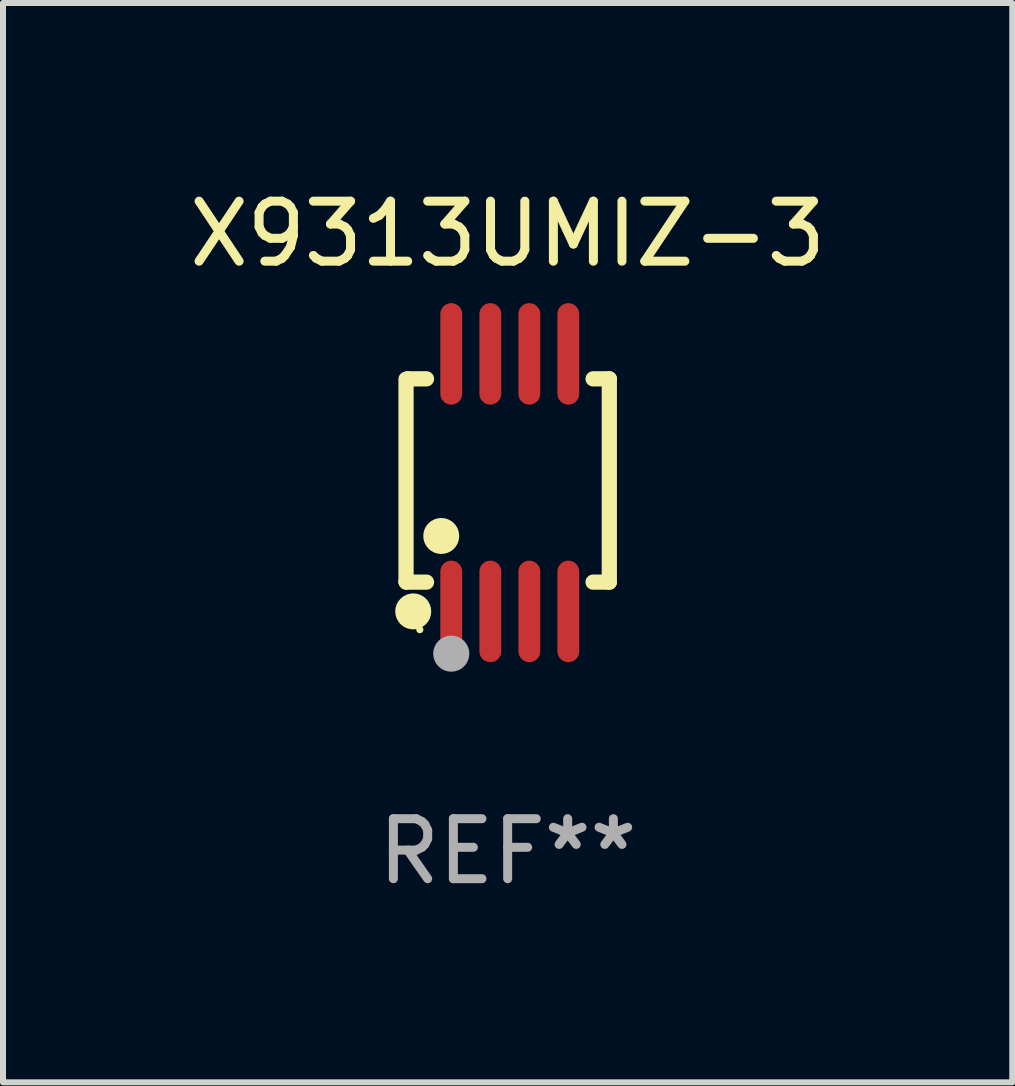
<source format=kicad_pcb>
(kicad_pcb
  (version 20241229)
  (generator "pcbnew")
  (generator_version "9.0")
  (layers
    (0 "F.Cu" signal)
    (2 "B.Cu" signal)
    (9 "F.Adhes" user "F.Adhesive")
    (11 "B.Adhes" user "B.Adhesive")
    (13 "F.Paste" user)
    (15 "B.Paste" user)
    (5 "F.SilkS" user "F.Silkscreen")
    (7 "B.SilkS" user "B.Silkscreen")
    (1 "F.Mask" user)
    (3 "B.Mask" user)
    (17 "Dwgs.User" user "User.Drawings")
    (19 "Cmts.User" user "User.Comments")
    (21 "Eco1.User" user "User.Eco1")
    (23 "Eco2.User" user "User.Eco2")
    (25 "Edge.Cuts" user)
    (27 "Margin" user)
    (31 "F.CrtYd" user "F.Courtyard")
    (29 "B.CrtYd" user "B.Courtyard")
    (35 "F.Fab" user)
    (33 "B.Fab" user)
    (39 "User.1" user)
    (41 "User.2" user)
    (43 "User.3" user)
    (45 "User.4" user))
  (footprint "X9313UMIZ-3"
    (layer "F.Cu")
    (at 5.411 4.994)
    (property "Reference" "X9313UMIZ-3" (at 0 -4.146 0) (layer "F.SilkS") (effects (font (size 1 1) (thickness 0.15))))
    (attr through_hole)
    (fp_line (start -1.694 -1.724) (end -1.694 1.652) (stroke (width 0.254) (type solid)) (layer "F.SilkS"))
    (fp_line (start -1.694 1.652) (end -1.688 1.658) (stroke (width 0.254) (type solid)) (layer "F.SilkS"))
    (fp_line (start -1.688 1.658) (end -1.353 1.658) (stroke (width 0.254) (type solid)) (layer "F.SilkS"))
    (fp_line (start -1.661 -1.73) (end -1.681 -1.71) (stroke (width 0.254) (type solid)) (layer "F.SilkS"))
    (fp_line (start -1.353 -1.73) (end -1.661 -1.73) (stroke (width 0.254) (type solid)) (layer "F.SilkS"))
    (fp_line (start 1.424 1.658) (end 1.694 1.658) (stroke (width 0.254) (type solid)) (layer "F.SilkS"))
    (fp_line (start 1.694 -1.73) (end 1.424 -1.73) (stroke (width 0.254) (type solid)) (layer "F.SilkS"))
    (fp_line (start 1.694 1.658) (end 1.694 -1.73) (stroke (width 0.254) (type solid)) (layer "F.SilkS"))
    (fp_circle (center -1.574 2.146) (end -1.424 2.146) (stroke (width 0.3) (type solid)) (fill no) (layer "F.SilkS"))
    (fp_circle (center -1.464 2.45) (end -1.434 2.45) (stroke (width 0.06) (type solid)) (fill no) (layer "F.SilkS"))
    (fp_circle (center -1.107 0.889) (end -0.957 0.889) (stroke (width 0.3) (type solid)) (fill no) (layer "F.SilkS"))
    (fp_circle (center -0.94 2.85) (end -0.789 2.85) (stroke (width 0.3) (type solid)) (fill no) (layer "F.Fab"))
    (fp_text user "REF**" (at 0 6.146 0) (layer "F.Fab") (effects (font (size 1 1) (thickness 0.15))))
    (pad "1" smd oval (at -0.94 2.146) (size 0.364 1.692) (layers "F.Cu" "F.Mask" "F.Paste"))
    (pad "2" smd oval (at -0.289 2.146) (size 0.364 1.692) (layers "F.Cu" "F.Mask" "F.Paste"))
    (pad "3" smd oval (at 0.361 2.146) (size 0.364 1.692) (layers "F.Cu" "F.Mask" "F.Paste"))
    (pad "4" smd oval (at 1.011 2.146) (size 0.364 1.692) (layers "F.Cu" "F.Mask" "F.Paste"))
    (pad "5" smd oval (at 1.011 -2.146) (size 0.364 1.692) (layers "F.Cu" "F.Mask" "F.Paste"))
    (pad "6" smd oval (at 0.361 -2.146) (size 0.364 1.692) (layers "F.Cu" "F.Mask" "F.Paste"))
    (pad "7" smd oval (at -0.289 -2.146) (size 0.364 1.692) (layers "F.Cu" "F.Mask" "F.Paste"))
    (pad "8" smd oval (at -0.94 -2.146) (size 0.364 1.692) (layers "F.Cu" "F.Mask" "F.Paste")))
  (gr_rect
    (start -3 -3)
    (end 13.821 14.989)
    (stroke (width 0.1) (type default))
    (fill no)
    (layer "Edge.Cuts")))
</source>
